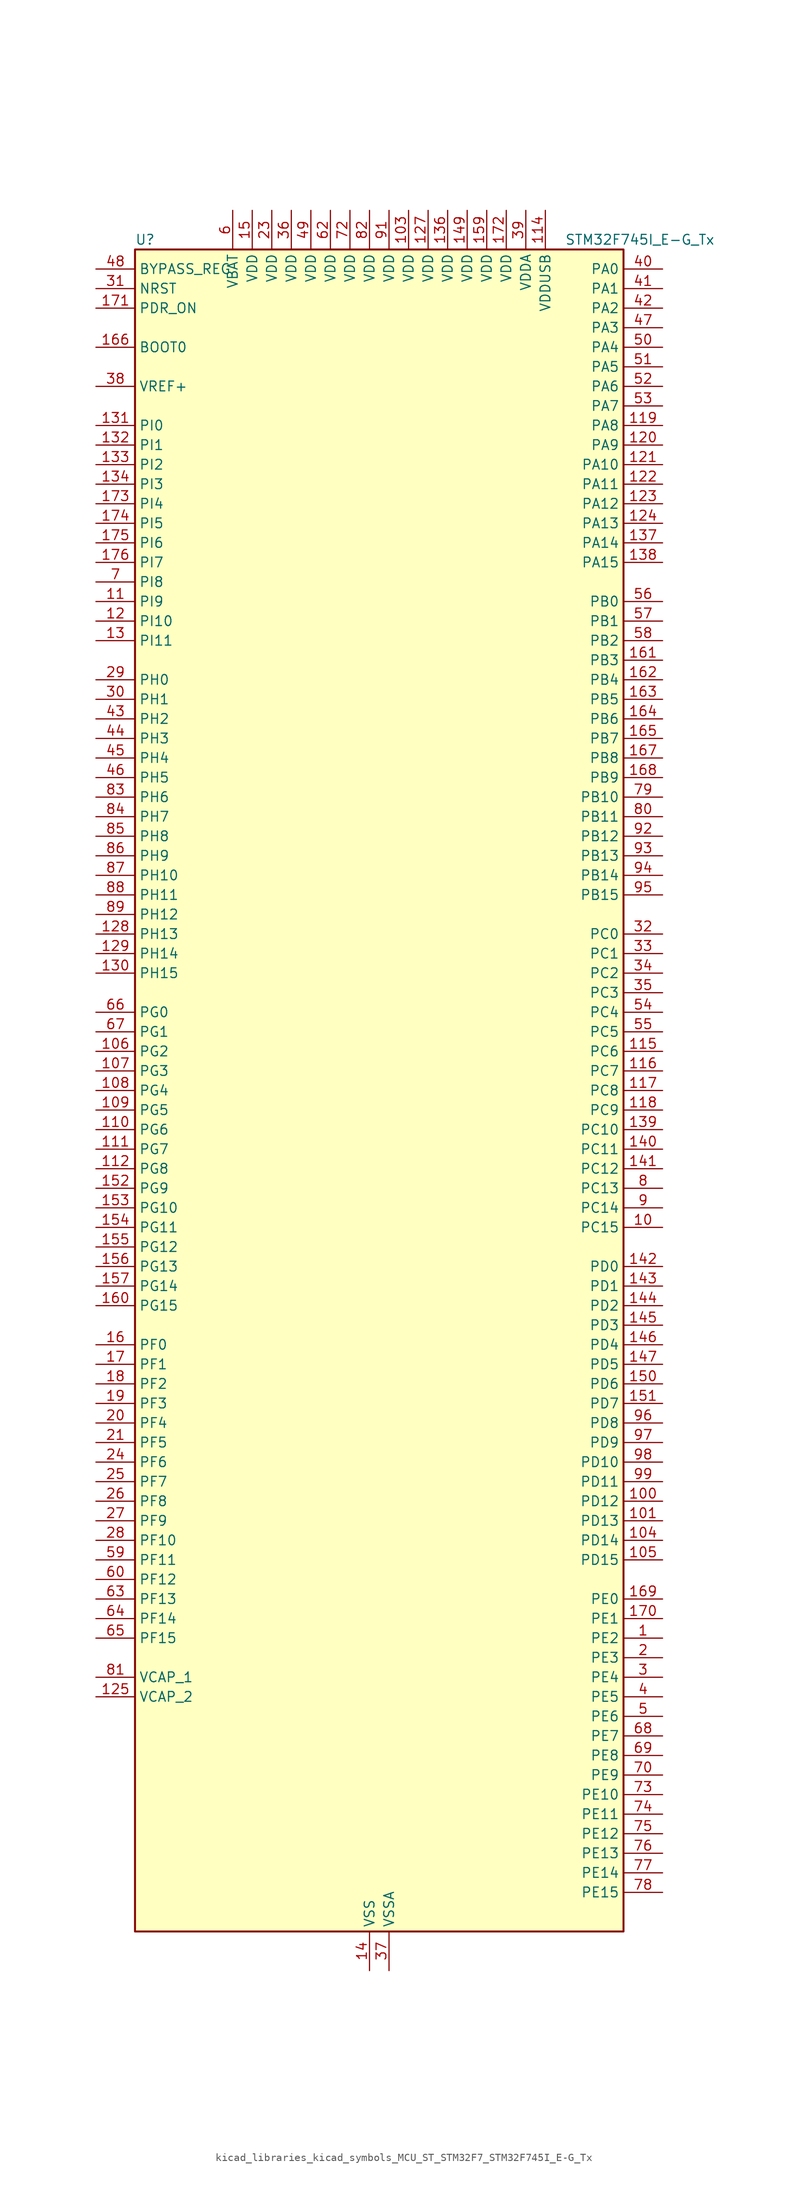
<source format=kicad_sym>
(kicad_symbol_lib
  (version 20220914)
  (generator kicad_symbol_editor)
  (symbol "kicad_libraries_kicad_symbols_MCU_ST_STM32F7_STM32F745I_E-G_Tx"
    (property "Reference" "U"
      (at -30.48 110.49 0)
      (effects (font (size 1.27 1.27)) (justify left)))
    (property "Value" "STM32F745I_E-G_Tx"
      (at 25.4 110.49 0)
      (effects (font (size 1.27 1.27)) (justify left)))
    (property "ki_locked" ""
      (at 0 0 0)
      (effects (font (size 1.27 1.27))))
    (symbol "kicad_libraries_kicad_symbols_MCU_ST_STM32F7_STM32F745I_E-G_Tx_0_1"
      (rectangle (start -30.48 -109.22) (end 33.02 109.22) (stroke (width 0.254) (type default)) (fill (type background))))
    (symbol "kicad_libraries_kicad_symbols_MCU_ST_STM32F7_STM32F745I_E-G_Tx_1_1"
      (pin bidirectional line (at 38.1 -71.12 180) (length 5.08) (name "PE2" (effects (font (size 1.27 1.27)))) (number "1" (effects (font (size 1.27 1.27)))) (alternate "ETH_TXD3" bidirectional line) (alternate "FMC_A23" bidirectional line) (alternate "QUADSPI_BK1_IO2" bidirectional line) (alternate "SAI1_MCLK_A" bidirectional line) (alternate "SPI4_SCK" bidirectional line) (alternate "SYS_TRACECLK" bidirectional line))
      (pin bidirectional line (at 38.1 -17.78 180) (length 5.08) (name "PC15" (effects (font (size 1.27 1.27)))) (number "10" (effects (font (size 1.27 1.27)))) (alternate "RCC_OSC32_OUT" bidirectional line))
      (pin bidirectional line (at 38.1 -53.34 180) (length 5.08) (name "PD12" (effects (font (size 1.27 1.27)))) (number "100" (effects (font (size 1.27 1.27)))) (alternate "FMC_A17" bidirectional line) (alternate "FMC_ALE" bidirectional line) (alternate "I2C4_SCL" bidirectional line) (alternate "LPTIM1_IN1" bidirectional line) (alternate "QUADSPI_BK1_IO1" bidirectional line) (alternate "SAI2_FS_A" bidirectional line) (alternate "TIM4_CH1" bidirectional line) (alternate "USART3_DE" bidirectional line) (alternate "USART3_RTS" bidirectional line))
      (pin bidirectional line (at 38.1 -55.88 180) (length 5.08) (name "PD13" (effects (font (size 1.27 1.27)))) (number "101" (effects (font (size 1.27 1.27)))) (alternate "FMC_A18" bidirectional line) (alternate "I2C4_SDA" bidirectional line) (alternate "LPTIM1_OUT" bidirectional line) (alternate "QUADSPI_BK1_IO3" bidirectional line) (alternate "SAI2_SCK_A" bidirectional line) (alternate "TIM4_CH2" bidirectional line))
      (pin passive line (at 0 -114.3 90) (length 5.08) hide (name "VSS" (effects (font (size 1.27 1.27)))) (number "102" (effects (font (size 1.27 1.27)))))
      (pin power_in line (at 5.08 114.3 270) (length 5.08) (name "VDD" (effects (font (size 1.27 1.27)))) (number "103" (effects (font (size 1.27 1.27)))))
      (pin bidirectional line (at 38.1 -58.42 180) (length 5.08) (name "PD14" (effects (font (size 1.27 1.27)))) (number "104" (effects (font (size 1.27 1.27)))) (alternate "FMC_D0" bidirectional line) (alternate "FMC_DA0" bidirectional line) (alternate "TIM4_CH3" bidirectional line) (alternate "UART8_CTS" bidirectional line))
      (pin bidirectional line (at 38.1 -60.96 180) (length 5.08) (name "PD15" (effects (font (size 1.27 1.27)))) (number "105" (effects (font (size 1.27 1.27)))) (alternate "FMC_D1" bidirectional line) (alternate "FMC_DA1" bidirectional line) (alternate "TIM4_CH4" bidirectional line) (alternate "UART8_DE" bidirectional line) (alternate "UART8_RTS" bidirectional line))
      (pin bidirectional line (at -35.56 5.08 0) (length 5.08) (name "PG2" (effects (font (size 1.27 1.27)))) (number "106" (effects (font (size 1.27 1.27)))) (alternate "FMC_A12" bidirectional line))
      (pin bidirectional line (at -35.56 2.54 0) (length 5.08) (name "PG3" (effects (font (size 1.27 1.27)))) (number "107" (effects (font (size 1.27 1.27)))) (alternate "FMC_A13" bidirectional line))
      (pin bidirectional line (at -35.56 0 0) (length 5.08) (name "PG4" (effects (font (size 1.27 1.27)))) (number "108" (effects (font (size 1.27 1.27)))) (alternate "FMC_A14" bidirectional line) (alternate "FMC_BA0" bidirectional line))
      (pin bidirectional line (at -35.56 -2.54 0) (length 5.08) (name "PG5" (effects (font (size 1.27 1.27)))) (number "109" (effects (font (size 1.27 1.27)))) (alternate "FMC_A15" bidirectional line) (alternate "FMC_BA1" bidirectional line))
      (pin bidirectional line (at -35.56 63.5 0) (length 5.08) (name "PI9" (effects (font (size 1.27 1.27)))) (number "11" (effects (font (size 1.27 1.27)))) (alternate "CAN1_RX" bidirectional line) (alternate "DAC_EXTI9" bidirectional line) (alternate "FMC_D30" bidirectional line))
      (pin bidirectional line (at -35.56 -5.08 0) (length 5.08) (name "PG6" (effects (font (size 1.27 1.27)))) (number "110" (effects (font (size 1.27 1.27)))) (alternate "DCMI_D12" bidirectional line))
      (pin bidirectional line (at -35.56 -7.62 0) (length 5.08) (name "PG7" (effects (font (size 1.27 1.27)))) (number "111" (effects (font (size 1.27 1.27)))) (alternate "DCMI_D13" bidirectional line) (alternate "FMC_INT" bidirectional line) (alternate "USART6_CK" bidirectional line))
      (pin bidirectional line (at -35.56 -10.16 0) (length 5.08) (name "PG8" (effects (font (size 1.27 1.27)))) (number "112" (effects (font (size 1.27 1.27)))) (alternate "ETH_PPS_OUT" bidirectional line) (alternate "FMC_SDCLK" bidirectional line) (alternate "SPDIFRX_IN2" bidirectional line) (alternate "SPI6_NSS" bidirectional line) (alternate "USART6_DE" bidirectional line) (alternate "USART6_RTS" bidirectional line))
      (pin passive line (at 0 -114.3 90) (length 5.08) hide (name "VSS" (effects (font (size 1.27 1.27)))) (number "113" (effects (font (size 1.27 1.27)))))
      (pin power_in line (at 22.86 114.3 270) (length 5.08) (name "VDDUSB" (effects (font (size 1.27 1.27)))) (number "114" (effects (font (size 1.27 1.27)))))
      (pin bidirectional line (at 38.1 5.08 180) (length 5.08) (name "PC6" (effects (font (size 1.27 1.27)))) (number "115" (effects (font (size 1.27 1.27)))) (alternate "DCMI_D0" bidirectional line) (alternate "I2S2_MCK" bidirectional line) (alternate "SDMMC1_D6" bidirectional line) (alternate "TIM3_CH1" bidirectional line) (alternate "TIM8_CH1" bidirectional line) (alternate "USART6_TX" bidirectional line))
      (pin bidirectional line (at 38.1 2.54 180) (length 5.08) (name "PC7" (effects (font (size 1.27 1.27)))) (number "116" (effects (font (size 1.27 1.27)))) (alternate "DCMI_D1" bidirectional line) (alternate "I2S3_MCK" bidirectional line) (alternate "SDMMC1_D7" bidirectional line) (alternate "TIM3_CH2" bidirectional line) (alternate "TIM8_CH2" bidirectional line) (alternate "USART6_RX" bidirectional line))
      (pin bidirectional line (at 38.1 0 180) (length 5.08) (name "PC8" (effects (font (size 1.27 1.27)))) (number "117" (effects (font (size 1.27 1.27)))) (alternate "DCMI_D2" bidirectional line) (alternate "SDMMC1_D0" bidirectional line) (alternate "SYS_TRACED1" bidirectional line) (alternate "TIM3_CH3" bidirectional line) (alternate "TIM8_CH3" bidirectional line) (alternate "UART5_DE" bidirectional line) (alternate "UART5_RTS" bidirectional line) (alternate "USART6_CK" bidirectional line))
      (pin bidirectional line (at 38.1 -2.54 180) (length 5.08) (name "PC9" (effects (font (size 1.27 1.27)))) (number "118" (effects (font (size 1.27 1.27)))) (alternate "DAC_EXTI9" bidirectional line) (alternate "DCMI_D3" bidirectional line) (alternate "I2C3_SDA" bidirectional line) (alternate "I2S_CKIN" bidirectional line) (alternate "QUADSPI_BK1_IO0" bidirectional line) (alternate "RCC_MCO_2" bidirectional line) (alternate "SDMMC1_D1" bidirectional line) (alternate "TIM3_CH4" bidirectional line) (alternate "TIM8_CH4" bidirectional line) (alternate "UART5_CTS" bidirectional line))
      (pin bidirectional line (at 38.1 86.36 180) (length 5.08) (name "PA8" (effects (font (size 1.27 1.27)))) (number "119" (effects (font (size 1.27 1.27)))) (alternate "I2C3_SCL" bidirectional line) (alternate "RCC_MCO_1" bidirectional line) (alternate "TIM1_CH1" bidirectional line) (alternate "TIM8_BKIN2" bidirectional line) (alternate "USART1_CK" bidirectional line) (alternate "USB_OTG_FS_SOF" bidirectional line))
      (pin bidirectional line (at -35.56 60.96 0) (length 5.08) (name "PI10" (effects (font (size 1.27 1.27)))) (number "12" (effects (font (size 1.27 1.27)))) (alternate "ETH_RX_ER" bidirectional line) (alternate "FMC_D31" bidirectional line))
      (pin bidirectional line (at 38.1 83.82 180) (length 5.08) (name "PA9" (effects (font (size 1.27 1.27)))) (number "120" (effects (font (size 1.27 1.27)))) (alternate "DAC_EXTI9" bidirectional line) (alternate "DCMI_D0" bidirectional line) (alternate "I2C3_SMBA" bidirectional line) (alternate "I2S2_CK" bidirectional line) (alternate "SPI2_SCK" bidirectional line) (alternate "TIM1_CH2" bidirectional line) (alternate "USART1_TX" bidirectional line) (alternate "USB_OTG_FS_VBUS" bidirectional line))
      (pin bidirectional line (at 38.1 81.28 180) (length 5.08) (name "PA10" (effects (font (size 1.27 1.27)))) (number "121" (effects (font (size 1.27 1.27)))) (alternate "DCMI_D1" bidirectional line) (alternate "TIM1_CH3" bidirectional line) (alternate "USART1_RX" bidirectional line) (alternate "USB_OTG_FS_ID" bidirectional line))
      (pin bidirectional line (at 38.1 78.74 180) (length 5.08) (name "PA11" (effects (font (size 1.27 1.27)))) (number "122" (effects (font (size 1.27 1.27)))) (alternate "ADC1_EXTI11" bidirectional line) (alternate "ADC2_EXTI11" bidirectional line) (alternate "ADC3_EXTI11" bidirectional line) (alternate "CAN1_RX" bidirectional line) (alternate "TIM1_CH4" bidirectional line) (alternate "USART1_CTS" bidirectional line) (alternate "USB_OTG_FS_DM" bidirectional line))
      (pin bidirectional line (at 38.1 76.2 180) (length 5.08) (name "PA12" (effects (font (size 1.27 1.27)))) (number "123" (effects (font (size 1.27 1.27)))) (alternate "CAN1_TX" bidirectional line) (alternate "SAI2_FS_B" bidirectional line) (alternate "TIM1_ETR" bidirectional line) (alternate "USART1_DE" bidirectional line) (alternate "USART1_RTS" bidirectional line) (alternate "USB_OTG_FS_DP" bidirectional line))
      (pin bidirectional line (at 38.1 73.66 180) (length 5.08) (name "PA13" (effects (font (size 1.27 1.27)))) (number "124" (effects (font (size 1.27 1.27)))) (alternate "SYS_JTMS-SWDIO" bidirectional line))
      (pin power_out line (at -35.56 -78.74 0) (length 5.08) (name "VCAP_2" (effects (font (size 1.27 1.27)))) (number "125" (effects (font (size 1.27 1.27)))))
      (pin passive line (at 0 -114.3 90) (length 5.08) hide (name "VSS" (effects (font (size 1.27 1.27)))) (number "126" (effects (font (size 1.27 1.27)))))
      (pin power_in line (at 7.62 114.3 270) (length 5.08) (name "VDD" (effects (font (size 1.27 1.27)))) (number "127" (effects (font (size 1.27 1.27)))))
      (pin bidirectional line (at -35.56 20.32 0) (length 5.08) (name "PH13" (effects (font (size 1.27 1.27)))) (number "128" (effects (font (size 1.27 1.27)))) (alternate "CAN1_TX" bidirectional line) (alternate "FMC_D21" bidirectional line) (alternate "TIM8_CH1N" bidirectional line))
      (pin bidirectional line (at -35.56 17.78 0) (length 5.08) (name "PH14" (effects (font (size 1.27 1.27)))) (number "129" (effects (font (size 1.27 1.27)))) (alternate "DCMI_D4" bidirectional line) (alternate "FMC_D22" bidirectional line) (alternate "TIM8_CH2N" bidirectional line))
      (pin bidirectional line (at -35.56 58.42 0) (length 5.08) (name "PI11" (effects (font (size 1.27 1.27)))) (number "13" (effects (font (size 1.27 1.27)))) (alternate "ADC1_EXTI11" bidirectional line) (alternate "ADC2_EXTI11" bidirectional line) (alternate "ADC3_EXTI11" bidirectional line) (alternate "SYS_WKUP6" bidirectional line) (alternate "USB_OTG_HS_ULPI_DIR" bidirectional line))
      (pin bidirectional line (at -35.56 15.24 0) (length 5.08) (name "PH15" (effects (font (size 1.27 1.27)))) (number "130" (effects (font (size 1.27 1.27)))) (alternate "DCMI_D11" bidirectional line) (alternate "FMC_D23" bidirectional line) (alternate "TIM8_CH3N" bidirectional line))
      (pin bidirectional line (at -35.56 86.36 0) (length 5.08) (name "PI0" (effects (font (size 1.27 1.27)))) (number "131" (effects (font (size 1.27 1.27)))) (alternate "DCMI_D13" bidirectional line) (alternate "FMC_D24" bidirectional line) (alternate "I2S2_WS" bidirectional line) (alternate "SPI2_NSS" bidirectional line) (alternate "TIM5_CH4" bidirectional line))
      (pin bidirectional line (at -35.56 83.82 0) (length 5.08) (name "PI1" (effects (font (size 1.27 1.27)))) (number "132" (effects (font (size 1.27 1.27)))) (alternate "DCMI_D8" bidirectional line) (alternate "FMC_D25" bidirectional line) (alternate "I2S2_CK" bidirectional line) (alternate "SPI2_SCK" bidirectional line) (alternate "TIM8_BKIN2" bidirectional line))
      (pin bidirectional line (at -35.56 81.28 0) (length 5.08) (name "PI2" (effects (font (size 1.27 1.27)))) (number "133" (effects (font (size 1.27 1.27)))) (alternate "DCMI_D9" bidirectional line) (alternate "FMC_D26" bidirectional line) (alternate "SPI2_MISO" bidirectional line) (alternate "TIM8_CH4" bidirectional line))
      (pin bidirectional line (at -35.56 78.74 0) (length 5.08) (name "PI3" (effects (font (size 1.27 1.27)))) (number "134" (effects (font (size 1.27 1.27)))) (alternate "DCMI_D10" bidirectional line) (alternate "FMC_D27" bidirectional line) (alternate "I2S2_SD" bidirectional line) (alternate "SPI2_MOSI" bidirectional line) (alternate "TIM8_ETR" bidirectional line))
      (pin passive line (at 0 -114.3 90) (length 5.08) hide (name "VSS" (effects (font (size 1.27 1.27)))) (number "135" (effects (font (size 1.27 1.27)))))
      (pin power_in line (at 10.16 114.3 270) (length 5.08) (name "VDD" (effects (font (size 1.27 1.27)))) (number "136" (effects (font (size 1.27 1.27)))))
      (pin bidirectional line (at 38.1 71.12 180) (length 5.08) (name "PA14" (effects (font (size 1.27 1.27)))) (number "137" (effects (font (size 1.27 1.27)))) (alternate "SYS_JTCK-SWCLK" bidirectional line))
      (pin bidirectional line (at 38.1 68.58 180) (length 5.08) (name "PA15" (effects (font (size 1.27 1.27)))) (number "138" (effects (font (size 1.27 1.27)))) (alternate "CEC" bidirectional line) (alternate "I2S1_WS" bidirectional line) (alternate "I2S3_WS" bidirectional line) (alternate "SPI1_NSS" bidirectional line) (alternate "SPI3_NSS" bidirectional line) (alternate "SYS_JTDI" bidirectional line) (alternate "TIM2_CH1" bidirectional line) (alternate "TIM2_ETR" bidirectional line) (alternate "UART4_DE" bidirectional line) (alternate "UART4_RTS" bidirectional line))
      (pin bidirectional line (at 38.1 -5.08 180) (length 5.08) (name "PC10" (effects (font (size 1.27 1.27)))) (number "139" (effects (font (size 1.27 1.27)))) (alternate "DCMI_D8" bidirectional line) (alternate "I2S3_CK" bidirectional line) (alternate "QUADSPI_BK1_IO1" bidirectional line) (alternate "SDMMC1_D2" bidirectional line) (alternate "SPI3_SCK" bidirectional line) (alternate "UART4_TX" bidirectional line) (alternate "USART3_TX" bidirectional line))
      (pin power_in line (at 0 -114.3 90) (length 5.08) (name "VSS" (effects (font (size 1.27 1.27)))) (number "14" (effects (font (size 1.27 1.27)))))
      (pin bidirectional line (at 38.1 -7.62 180) (length 5.08) (name "PC11" (effects (font (size 1.27 1.27)))) (number "140" (effects (font (size 1.27 1.27)))) (alternate "ADC1_EXTI11" bidirectional line) (alternate "ADC2_EXTI11" bidirectional line) (alternate "ADC3_EXTI11" bidirectional line) (alternate "DCMI_D4" bidirectional line) (alternate "QUADSPI_BK2_NCS" bidirectional line) (alternate "SDMMC1_D3" bidirectional line) (alternate "SPI3_MISO" bidirectional line) (alternate "UART4_RX" bidirectional line) (alternate "USART3_RX" bidirectional line))
      (pin bidirectional line (at 38.1 -10.16 180) (length 5.08) (name "PC12" (effects (font (size 1.27 1.27)))) (number "141" (effects (font (size 1.27 1.27)))) (alternate "DCMI_D9" bidirectional line) (alternate "I2S3_SD" bidirectional line) (alternate "SDMMC1_CK" bidirectional line) (alternate "SPI3_MOSI" bidirectional line) (alternate "SYS_TRACED3" bidirectional line) (alternate "UART5_TX" bidirectional line) (alternate "USART3_CK" bidirectional line))
      (pin bidirectional line (at 38.1 -22.86 180) (length 5.08) (name "PD0" (effects (font (size 1.27 1.27)))) (number "142" (effects (font (size 1.27 1.27)))) (alternate "CAN1_RX" bidirectional line) (alternate "FMC_D2" bidirectional line) (alternate "FMC_DA2" bidirectional line))
      (pin bidirectional line (at 38.1 -25.4 180) (length 5.08) (name "PD1" (effects (font (size 1.27 1.27)))) (number "143" (effects (font (size 1.27 1.27)))) (alternate "CAN1_TX" bidirectional line) (alternate "FMC_D3" bidirectional line) (alternate "FMC_DA3" bidirectional line))
      (pin bidirectional line (at 38.1 -27.94 180) (length 5.08) (name "PD2" (effects (font (size 1.27 1.27)))) (number "144" (effects (font (size 1.27 1.27)))) (alternate "DCMI_D11" bidirectional line) (alternate "SDMMC1_CMD" bidirectional line) (alternate "SYS_TRACED2" bidirectional line) (alternate "TIM3_ETR" bidirectional line) (alternate "UART5_RX" bidirectional line))
      (pin bidirectional line (at 38.1 -30.48 180) (length 5.08) (name "PD3" (effects (font (size 1.27 1.27)))) (number "145" (effects (font (size 1.27 1.27)))) (alternate "DCMI_D5" bidirectional line) (alternate "FMC_CLK" bidirectional line) (alternate "I2S2_CK" bidirectional line) (alternate "SPI2_SCK" bidirectional line) (alternate "USART2_CTS" bidirectional line))
      (pin bidirectional line (at 38.1 -33.02 180) (length 5.08) (name "PD4" (effects (font (size 1.27 1.27)))) (number "146" (effects (font (size 1.27 1.27)))) (alternate "FMC_NOE" bidirectional line) (alternate "USART2_DE" bidirectional line) (alternate "USART2_RTS" bidirectional line))
      (pin bidirectional line (at 38.1 -35.56 180) (length 5.08) (name "PD5" (effects (font (size 1.27 1.27)))) (number "147" (effects (font (size 1.27 1.27)))) (alternate "FMC_NWE" bidirectional line) (alternate "USART2_TX" bidirectional line))
      (pin passive line (at 0 -114.3 90) (length 5.08) hide (name "VSS" (effects (font (size 1.27 1.27)))) (number "148" (effects (font (size 1.27 1.27)))))
      (pin power_in line (at 12.7 114.3 270) (length 5.08) (name "VDD" (effects (font (size 1.27 1.27)))) (number "149" (effects (font (size 1.27 1.27)))))
      (pin power_in line (at -15.24 114.3 270) (length 5.08) (name "VDD" (effects (font (size 1.27 1.27)))) (number "15" (effects (font (size 1.27 1.27)))))
      (pin bidirectional line (at 38.1 -38.1 180) (length 5.08) (name "PD6" (effects (font (size 1.27 1.27)))) (number "150" (effects (font (size 1.27 1.27)))) (alternate "DCMI_D10" bidirectional line) (alternate "FMC_NWAIT" bidirectional line) (alternate "I2S3_SD" bidirectional line) (alternate "SAI1_SD_A" bidirectional line) (alternate "SPI3_MOSI" bidirectional line) (alternate "USART2_RX" bidirectional line))
      (pin bidirectional line (at 38.1 -40.64 180) (length 5.08) (name "PD7" (effects (font (size 1.27 1.27)))) (number "151" (effects (font (size 1.27 1.27)))) (alternate "FMC_NE1" bidirectional line) (alternate "SPDIFRX_IN0" bidirectional line) (alternate "USART2_CK" bidirectional line))
      (pin bidirectional line (at -35.56 -12.7 0) (length 5.08) (name "PG9" (effects (font (size 1.27 1.27)))) (number "152" (effects (font (size 1.27 1.27)))) (alternate "DAC_EXTI9" bidirectional line) (alternate "DCMI_VSYNC" bidirectional line) (alternate "FMC_NCE" bidirectional line) (alternate "FMC_NE2" bidirectional line) (alternate "QUADSPI_BK2_IO2" bidirectional line) (alternate "SAI2_FS_B" bidirectional line) (alternate "SPDIFRX_IN3" bidirectional line) (alternate "USART6_RX" bidirectional line))
      (pin bidirectional line (at -35.56 -15.24 0) (length 5.08) (name "PG10" (effects (font (size 1.27 1.27)))) (number "153" (effects (font (size 1.27 1.27)))) (alternate "DCMI_D2" bidirectional line) (alternate "FMC_NE3" bidirectional line) (alternate "SAI2_SD_B" bidirectional line))
      (pin bidirectional line (at -35.56 -17.78 0) (length 5.08) (name "PG11" (effects (font (size 1.27 1.27)))) (number "154" (effects (font (size 1.27 1.27)))) (alternate "ADC1_EXTI11" bidirectional line) (alternate "ADC2_EXTI11" bidirectional line) (alternate "ADC3_EXTI11" bidirectional line) (alternate "DCMI_D3" bidirectional line) (alternate "ETH_TX_EN" bidirectional line) (alternate "SPDIFRX_IN0" bidirectional line))
      (pin bidirectional line (at -35.56 -20.32 0) (length 5.08) (name "PG12" (effects (font (size 1.27 1.27)))) (number "155" (effects (font (size 1.27 1.27)))) (alternate "FMC_NE4" bidirectional line) (alternate "LPTIM1_IN1" bidirectional line) (alternate "SPDIFRX_IN1" bidirectional line) (alternate "SPI6_MISO" bidirectional line) (alternate "USART6_DE" bidirectional line) (alternate "USART6_RTS" bidirectional line))
      (pin bidirectional line (at -35.56 -22.86 0) (length 5.08) (name "PG13" (effects (font (size 1.27 1.27)))) (number "156" (effects (font (size 1.27 1.27)))) (alternate "ETH_TXD0" bidirectional line) (alternate "FMC_A24" bidirectional line) (alternate "LPTIM1_OUT" bidirectional line) (alternate "SPI6_SCK" bidirectional line) (alternate "SYS_TRACED0" bidirectional line) (alternate "USART6_CTS" bidirectional line))
      (pin bidirectional line (at -35.56 -25.4 0) (length 5.08) (name "PG14" (effects (font (size 1.27 1.27)))) (number "157" (effects (font (size 1.27 1.27)))) (alternate "ETH_TXD1" bidirectional line) (alternate "FMC_A25" bidirectional line) (alternate "LPTIM1_ETR" bidirectional line) (alternate "QUADSPI_BK2_IO3" bidirectional line) (alternate "SPI6_MOSI" bidirectional line) (alternate "SYS_TRACED1" bidirectional line) (alternate "USART6_TX" bidirectional line))
      (pin passive line (at 0 -114.3 90) (length 5.08) hide (name "VSS" (effects (font (size 1.27 1.27)))) (number "158" (effects (font (size 1.27 1.27)))))
      (pin power_in line (at 15.24 114.3 270) (length 5.08) (name "VDD" (effects (font (size 1.27 1.27)))) (number "159" (effects (font (size 1.27 1.27)))))
      (pin bidirectional line (at -35.56 -33.02 0) (length 5.08) (name "PF0" (effects (font (size 1.27 1.27)))) (number "16" (effects (font (size 1.27 1.27)))) (alternate "FMC_A0" bidirectional line) (alternate "I2C2_SDA" bidirectional line))
      (pin bidirectional line (at -35.56 -27.94 0) (length 5.08) (name "PG15" (effects (font (size 1.27 1.27)))) (number "160" (effects (font (size 1.27 1.27)))) (alternate "DCMI_D13" bidirectional line) (alternate "FMC_SDNCAS" bidirectional line) (alternate "USART6_CTS" bidirectional line))
      (pin bidirectional line (at 38.1 55.88 180) (length 5.08) (name "PB3" (effects (font (size 1.27 1.27)))) (number "161" (effects (font (size 1.27 1.27)))) (alternate "I2S1_CK" bidirectional line) (alternate "I2S3_CK" bidirectional line) (alternate "SPI1_SCK" bidirectional line) (alternate "SPI3_SCK" bidirectional line) (alternate "SYS_JTDO-SWO" bidirectional line) (alternate "TIM2_CH2" bidirectional line))
      (pin bidirectional line (at 38.1 53.34 180) (length 5.08) (name "PB4" (effects (font (size 1.27 1.27)))) (number "162" (effects (font (size 1.27 1.27)))) (alternate "I2S2_WS" bidirectional line) (alternate "SPI1_MISO" bidirectional line) (alternate "SPI2_NSS" bidirectional line) (alternate "SPI3_MISO" bidirectional line) (alternate "SYS_JTRST" bidirectional line) (alternate "TIM3_CH1" bidirectional line))
      (pin bidirectional line (at 38.1 50.8 180) (length 5.08) (name "PB5" (effects (font (size 1.27 1.27)))) (number "163" (effects (font (size 1.27 1.27)))) (alternate "CAN2_RX" bidirectional line) (alternate "DCMI_D10" bidirectional line) (alternate "ETH_PPS_OUT" bidirectional line) (alternate "FMC_SDCKE1" bidirectional line) (alternate "I2C1_SMBA" bidirectional line) (alternate "I2S1_SD" bidirectional line) (alternate "I2S3_SD" bidirectional line) (alternate "SPI1_MOSI" bidirectional line) (alternate "SPI3_MOSI" bidirectional line) (alternate "TIM3_CH2" bidirectional line) (alternate "USB_OTG_HS_ULPI_D7" bidirectional line))
      (pin bidirectional line (at 38.1 48.26 180) (length 5.08) (name "PB6" (effects (font (size 1.27 1.27)))) (number "164" (effects (font (size 1.27 1.27)))) (alternate "CAN2_TX" bidirectional line) (alternate "CEC" bidirectional line) (alternate "DCMI_D5" bidirectional line) (alternate "FMC_SDNE1" bidirectional line) (alternate "I2C1_SCL" bidirectional line) (alternate "QUADSPI_BK1_NCS" bidirectional line) (alternate "TIM4_CH1" bidirectional line) (alternate "USART1_TX" bidirectional line))
      (pin bidirectional line (at 38.1 45.72 180) (length 5.08) (name "PB7" (effects (font (size 1.27 1.27)))) (number "165" (effects (font (size 1.27 1.27)))) (alternate "DCMI_VSYNC" bidirectional line) (alternate "FMC_NL" bidirectional line) (alternate "I2C1_SDA" bidirectional line) (alternate "TIM4_CH2" bidirectional line) (alternate "USART1_RX" bidirectional line))
      (pin input line (at -35.56 96.52 0) (length 5.08) (name "BOOT0" (effects (font (size 1.27 1.27)))) (number "166" (effects (font (size 1.27 1.27)))))
      (pin bidirectional line (at 38.1 43.18 180) (length 5.08) (name "PB8" (effects (font (size 1.27 1.27)))) (number "167" (effects (font (size 1.27 1.27)))) (alternate "CAN1_RX" bidirectional line) (alternate "DCMI_D6" bidirectional line) (alternate "ETH_TXD3" bidirectional line) (alternate "I2C1_SCL" bidirectional line) (alternate "SDMMC1_D4" bidirectional line) (alternate "TIM10_CH1" bidirectional line) (alternate "TIM4_CH3" bidirectional line))
      (pin bidirectional line (at 38.1 40.64 180) (length 5.08) (name "PB9" (effects (font (size 1.27 1.27)))) (number "168" (effects (font (size 1.27 1.27)))) (alternate "CAN1_TX" bidirectional line) (alternate "DAC_EXTI9" bidirectional line) (alternate "DCMI_D7" bidirectional line) (alternate "I2C1_SDA" bidirectional line) (alternate "I2S2_WS" bidirectional line) (alternate "SDMMC1_D5" bidirectional line) (alternate "SPI2_NSS" bidirectional line) (alternate "TIM11_CH1" bidirectional line) (alternate "TIM4_CH4" bidirectional line))
      (pin bidirectional line (at 38.1 -66.04 180) (length 5.08) (name "PE0" (effects (font (size 1.27 1.27)))) (number "169" (effects (font (size 1.27 1.27)))) (alternate "DCMI_D2" bidirectional line) (alternate "FMC_NBL0" bidirectional line) (alternate "LPTIM1_ETR" bidirectional line) (alternate "SAI2_MCLK_A" bidirectional line) (alternate "TIM4_ETR" bidirectional line) (alternate "UART8_RX" bidirectional line))
      (pin bidirectional line (at -35.56 -35.56 0) (length 5.08) (name "PF1" (effects (font (size 1.27 1.27)))) (number "17" (effects (font (size 1.27 1.27)))) (alternate "FMC_A1" bidirectional line) (alternate "I2C2_SCL" bidirectional line))
      (pin bidirectional line (at 38.1 -68.58 180) (length 5.08) (name "PE1" (effects (font (size 1.27 1.27)))) (number "170" (effects (font (size 1.27 1.27)))) (alternate "DCMI_D3" bidirectional line) (alternate "FMC_NBL1" bidirectional line) (alternate "LPTIM1_IN2" bidirectional line) (alternate "UART8_TX" bidirectional line))
      (pin input line (at -35.56 101.6 0) (length 5.08) (name "PDR_ON" (effects (font (size 1.27 1.27)))) (number "171" (effects (font (size 1.27 1.27)))))
      (pin power_in line (at 17.78 114.3 270) (length 5.08) (name "VDD" (effects (font (size 1.27 1.27)))) (number "172" (effects (font (size 1.27 1.27)))))
      (pin bidirectional line (at -35.56 76.2 0) (length 5.08) (name "PI4" (effects (font (size 1.27 1.27)))) (number "173" (effects (font (size 1.27 1.27)))) (alternate "DCMI_D5" bidirectional line) (alternate "FMC_NBL2" bidirectional line) (alternate "SAI2_MCLK_A" bidirectional line) (alternate "TIM8_BKIN" bidirectional line))
      (pin bidirectional line (at -35.56 73.66 0) (length 5.08) (name "PI5" (effects (font (size 1.27 1.27)))) (number "174" (effects (font (size 1.27 1.27)))) (alternate "DCMI_VSYNC" bidirectional line) (alternate "FMC_NBL3" bidirectional line) (alternate "SAI2_SCK_A" bidirectional line) (alternate "TIM8_CH1" bidirectional line))
      (pin bidirectional line (at -35.56 71.12 0) (length 5.08) (name "PI6" (effects (font (size 1.27 1.27)))) (number "175" (effects (font (size 1.27 1.27)))) (alternate "DCMI_D6" bidirectional line) (alternate "FMC_D28" bidirectional line) (alternate "SAI2_SD_A" bidirectional line) (alternate "TIM8_CH2" bidirectional line))
      (pin bidirectional line (at -35.56 68.58 0) (length 5.08) (name "PI7" (effects (font (size 1.27 1.27)))) (number "176" (effects (font (size 1.27 1.27)))) (alternate "DCMI_D7" bidirectional line) (alternate "FMC_D29" bidirectional line) (alternate "SAI2_FS_A" bidirectional line) (alternate "TIM8_CH3" bidirectional line))
      (pin bidirectional line (at -35.56 -38.1 0) (length 5.08) (name "PF2" (effects (font (size 1.27 1.27)))) (number "18" (effects (font (size 1.27 1.27)))) (alternate "FMC_A2" bidirectional line) (alternate "I2C2_SMBA" bidirectional line))
      (pin bidirectional line (at -35.56 -40.64 0) (length 5.08) (name "PF3" (effects (font (size 1.27 1.27)))) (number "19" (effects (font (size 1.27 1.27)))) (alternate "ADC3_IN9" bidirectional line) (alternate "FMC_A3" bidirectional line))
      (pin bidirectional line (at 38.1 -73.66 180) (length 5.08) (name "PE3" (effects (font (size 1.27 1.27)))) (number "2" (effects (font (size 1.27 1.27)))) (alternate "FMC_A19" bidirectional line) (alternate "SAI1_SD_B" bidirectional line) (alternate "SYS_TRACED0" bidirectional line))
      (pin bidirectional line (at -35.56 -43.18 0) (length 5.08) (name "PF4" (effects (font (size 1.27 1.27)))) (number "20" (effects (font (size 1.27 1.27)))) (alternate "ADC3_IN14" bidirectional line) (alternate "FMC_A4" bidirectional line))
      (pin bidirectional line (at -35.56 -45.72 0) (length 5.08) (name "PF5" (effects (font (size 1.27 1.27)))) (number "21" (effects (font (size 1.27 1.27)))) (alternate "ADC3_IN15" bidirectional line) (alternate "FMC_A5" bidirectional line))
      (pin passive line (at 0 -114.3 90) (length 5.08) hide (name "VSS" (effects (font (size 1.27 1.27)))) (number "22" (effects (font (size 1.27 1.27)))))
      (pin power_in line (at -12.7 114.3 270) (length 5.08) (name "VDD" (effects (font (size 1.27 1.27)))) (number "23" (effects (font (size 1.27 1.27)))))
      (pin bidirectional line (at -35.56 -48.26 0) (length 5.08) (name "PF6" (effects (font (size 1.27 1.27)))) (number "24" (effects (font (size 1.27 1.27)))) (alternate "ADC3_IN4" bidirectional line) (alternate "QUADSPI_BK1_IO3" bidirectional line) (alternate "SAI1_SD_B" bidirectional line) (alternate "SPI5_NSS" bidirectional line) (alternate "TIM10_CH1" bidirectional line) (alternate "UART7_RX" bidirectional line))
      (pin bidirectional line (at -35.56 -50.8 0) (length 5.08) (name "PF7" (effects (font (size 1.27 1.27)))) (number "25" (effects (font (size 1.27 1.27)))) (alternate "ADC3_IN5" bidirectional line) (alternate "QUADSPI_BK1_IO2" bidirectional line) (alternate "SAI1_MCLK_B" bidirectional line) (alternate "SPI5_SCK" bidirectional line) (alternate "TIM11_CH1" bidirectional line) (alternate "UART7_TX" bidirectional line))
      (pin bidirectional line (at -35.56 -53.34 0) (length 5.08) (name "PF8" (effects (font (size 1.27 1.27)))) (number "26" (effects (font (size 1.27 1.27)))) (alternate "ADC3_IN6" bidirectional line) (alternate "QUADSPI_BK1_IO0" bidirectional line) (alternate "SAI1_SCK_B" bidirectional line) (alternate "SPI5_MISO" bidirectional line) (alternate "TIM13_CH1" bidirectional line) (alternate "UART7_DE" bidirectional line) (alternate "UART7_RTS" bidirectional line))
      (pin bidirectional line (at -35.56 -55.88 0) (length 5.08) (name "PF9" (effects (font (size 1.27 1.27)))) (number "27" (effects (font (size 1.27 1.27)))) (alternate "ADC3_IN7" bidirectional line) (alternate "DAC_EXTI9" bidirectional line) (alternate "QUADSPI_BK1_IO1" bidirectional line) (alternate "SAI1_FS_B" bidirectional line) (alternate "SPI5_MOSI" bidirectional line) (alternate "TIM14_CH1" bidirectional line) (alternate "UART7_CTS" bidirectional line))
      (pin bidirectional line (at -35.56 -58.42 0) (length 5.08) (name "PF10" (effects (font (size 1.27 1.27)))) (number "28" (effects (font (size 1.27 1.27)))) (alternate "ADC3_IN8" bidirectional line) (alternate "DCMI_D11" bidirectional line))
      (pin bidirectional line (at -35.56 53.34 0) (length 5.08) (name "PH0" (effects (font (size 1.27 1.27)))) (number "29" (effects (font (size 1.27 1.27)))) (alternate "RCC_OSC_IN" bidirectional line))
      (pin bidirectional line (at 38.1 -76.2 180) (length 5.08) (name "PE4" (effects (font (size 1.27 1.27)))) (number "3" (effects (font (size 1.27 1.27)))) (alternate "DCMI_D4" bidirectional line) (alternate "FMC_A20" bidirectional line) (alternate "SAI1_FS_A" bidirectional line) (alternate "SPI4_NSS" bidirectional line) (alternate "SYS_TRACED1" bidirectional line))
      (pin bidirectional line (at -35.56 50.8 0) (length 5.08) (name "PH1" (effects (font (size 1.27 1.27)))) (number "30" (effects (font (size 1.27 1.27)))) (alternate "RCC_OSC_OUT" bidirectional line))
      (pin input line (at -35.56 104.14 0) (length 5.08) (name "NRST" (effects (font (size 1.27 1.27)))) (number "31" (effects (font (size 1.27 1.27)))))
      (pin bidirectional line (at 38.1 20.32 180) (length 5.08) (name "PC0" (effects (font (size 1.27 1.27)))) (number "32" (effects (font (size 1.27 1.27)))) (alternate "ADC1_IN10" bidirectional line) (alternate "ADC2_IN10" bidirectional line) (alternate "ADC3_IN10" bidirectional line) (alternate "FMC_SDNWE" bidirectional line) (alternate "SAI2_FS_B" bidirectional line) (alternate "USB_OTG_HS_ULPI_STP" bidirectional line))
      (pin bidirectional line (at 38.1 17.78 180) (length 5.08) (name "PC1" (effects (font (size 1.27 1.27)))) (number "33" (effects (font (size 1.27 1.27)))) (alternate "ADC1_IN11" bidirectional line) (alternate "ADC2_IN11" bidirectional line) (alternate "ADC3_IN11" bidirectional line) (alternate "ETH_MDC" bidirectional line) (alternate "I2S2_SD" bidirectional line) (alternate "RTC_TAMP3" bidirectional line) (alternate "RTC_TS" bidirectional line) (alternate "SAI1_SD_A" bidirectional line) (alternate "SPI2_MOSI" bidirectional line) (alternate "SYS_TRACED0" bidirectional line) (alternate "SYS_WKUP3" bidirectional line))
      (pin bidirectional line (at 38.1 15.24 180) (length 5.08) (name "PC2" (effects (font (size 1.27 1.27)))) (number "34" (effects (font (size 1.27 1.27)))) (alternate "ADC1_IN12" bidirectional line) (alternate "ADC2_IN12" bidirectional line) (alternate "ADC3_IN12" bidirectional line) (alternate "ETH_TXD2" bidirectional line) (alternate "FMC_SDNE0" bidirectional line) (alternate "SPI2_MISO" bidirectional line) (alternate "USB_OTG_HS_ULPI_DIR" bidirectional line))
      (pin bidirectional line (at 38.1 12.7 180) (length 5.08) (name "PC3" (effects (font (size 1.27 1.27)))) (number "35" (effects (font (size 1.27 1.27)))) (alternate "ADC1_IN13" bidirectional line) (alternate "ADC2_IN13" bidirectional line) (alternate "ADC3_IN13" bidirectional line) (alternate "ETH_TX_CLK" bidirectional line) (alternate "FMC_SDCKE0" bidirectional line) (alternate "I2S2_SD" bidirectional line) (alternate "SPI2_MOSI" bidirectional line) (alternate "USB_OTG_HS_ULPI_NXT" bidirectional line))
      (pin power_in line (at -10.16 114.3 270) (length 5.08) (name "VDD" (effects (font (size 1.27 1.27)))) (number "36" (effects (font (size 1.27 1.27)))))
      (pin power_in line (at 2.54 -114.3 90) (length 5.08) (name "VSSA" (effects (font (size 1.27 1.27)))) (number "37" (effects (font (size 1.27 1.27)))))
      (pin input line (at -35.56 91.44 0) (length 5.08) (name "VREF+" (effects (font (size 1.27 1.27)))) (number "38" (effects (font (size 1.27 1.27)))))
      (pin power_in line (at 20.32 114.3 270) (length 5.08) (name "VDDA" (effects (font (size 1.27 1.27)))) (number "39" (effects (font (size 1.27 1.27)))))
      (pin bidirectional line (at 38.1 -78.74 180) (length 5.08) (name "PE5" (effects (font (size 1.27 1.27)))) (number "4" (effects (font (size 1.27 1.27)))) (alternate "DCMI_D6" bidirectional line) (alternate "FMC_A21" bidirectional line) (alternate "SAI1_SCK_A" bidirectional line) (alternate "SPI4_MISO" bidirectional line) (alternate "SYS_TRACED2" bidirectional line) (alternate "TIM9_CH1" bidirectional line))
      (pin bidirectional line (at 38.1 106.68 180) (length 5.08) (name "PA0" (effects (font (size 1.27 1.27)))) (number "40" (effects (font (size 1.27 1.27)))) (alternate "ADC1_IN0" bidirectional line) (alternate "ADC2_IN0" bidirectional line) (alternate "ADC3_IN0" bidirectional line) (alternate "ETH_CRS" bidirectional line) (alternate "SAI2_SD_B" bidirectional line) (alternate "SYS_WKUP1" bidirectional line) (alternate "TIM2_CH1" bidirectional line) (alternate "TIM2_ETR" bidirectional line) (alternate "TIM5_CH1" bidirectional line) (alternate "TIM8_ETR" bidirectional line) (alternate "UART4_TX" bidirectional line) (alternate "USART2_CTS" bidirectional line))
      (pin bidirectional line (at 38.1 104.14 180) (length 5.08) (name "PA1" (effects (font (size 1.27 1.27)))) (number "41" (effects (font (size 1.27 1.27)))) (alternate "ADC1_IN1" bidirectional line) (alternate "ADC2_IN1" bidirectional line) (alternate "ADC3_IN1" bidirectional line) (alternate "ETH_REF_CLK" bidirectional line) (alternate "ETH_RX_CLK" bidirectional line) (alternate "QUADSPI_BK1_IO3" bidirectional line) (alternate "SAI2_MCLK_B" bidirectional line) (alternate "TIM2_CH2" bidirectional line) (alternate "TIM5_CH2" bidirectional line) (alternate "UART4_RX" bidirectional line) (alternate "USART2_DE" bidirectional line) (alternate "USART2_RTS" bidirectional line))
      (pin bidirectional line (at 38.1 101.6 180) (length 5.08) (name "PA2" (effects (font (size 1.27 1.27)))) (number "42" (effects (font (size 1.27 1.27)))) (alternate "ADC1_IN2" bidirectional line) (alternate "ADC2_IN2" bidirectional line) (alternate "ADC3_IN2" bidirectional line) (alternate "ETH_MDIO" bidirectional line) (alternate "SAI2_SCK_B" bidirectional line) (alternate "SYS_WKUP2" bidirectional line) (alternate "TIM2_CH3" bidirectional line) (alternate "TIM5_CH3" bidirectional line) (alternate "TIM9_CH1" bidirectional line) (alternate "USART2_TX" bidirectional line))
      (pin bidirectional line (at -35.56 48.26 0) (length 5.08) (name "PH2" (effects (font (size 1.27 1.27)))) (number "43" (effects (font (size 1.27 1.27)))) (alternate "ETH_CRS" bidirectional line) (alternate "FMC_SDCKE0" bidirectional line) (alternate "LPTIM1_IN2" bidirectional line) (alternate "QUADSPI_BK2_IO0" bidirectional line) (alternate "SAI2_SCK_B" bidirectional line))
      (pin bidirectional line (at -35.56 45.72 0) (length 5.08) (name "PH3" (effects (font (size 1.27 1.27)))) (number "44" (effects (font (size 1.27 1.27)))) (alternate "ETH_COL" bidirectional line) (alternate "FMC_SDNE0" bidirectional line) (alternate "QUADSPI_BK2_IO1" bidirectional line) (alternate "SAI2_MCLK_B" bidirectional line))
      (pin bidirectional line (at -35.56 43.18 0) (length 5.08) (name "PH4" (effects (font (size 1.27 1.27)))) (number "45" (effects (font (size 1.27 1.27)))) (alternate "I2C2_SCL" bidirectional line) (alternate "USB_OTG_HS_ULPI_NXT" bidirectional line))
      (pin bidirectional line (at -35.56 40.64 0) (length 5.08) (name "PH5" (effects (font (size 1.27 1.27)))) (number "46" (effects (font (size 1.27 1.27)))) (alternate "FMC_SDNWE" bidirectional line) (alternate "I2C2_SDA" bidirectional line) (alternate "SPI5_NSS" bidirectional line))
      (pin bidirectional line (at 38.1 99.06 180) (length 5.08) (name "PA3" (effects (font (size 1.27 1.27)))) (number "47" (effects (font (size 1.27 1.27)))) (alternate "ADC1_IN3" bidirectional line) (alternate "ADC2_IN3" bidirectional line) (alternate "ADC3_IN3" bidirectional line) (alternate "ETH_COL" bidirectional line) (alternate "TIM2_CH4" bidirectional line) (alternate "TIM5_CH4" bidirectional line) (alternate "TIM9_CH2" bidirectional line) (alternate "USART2_RX" bidirectional line) (alternate "USB_OTG_HS_ULPI_D0" bidirectional line))
      (pin input line (at -35.56 106.68 0) (length 5.08) (name "BYPASS_REG" (effects (font (size 1.27 1.27)))) (number "48" (effects (font (size 1.27 1.27)))))
      (pin power_in line (at -7.62 114.3 270) (length 5.08) (name "VDD" (effects (font (size 1.27 1.27)))) (number "49" (effects (font (size 1.27 1.27)))))
      (pin bidirectional line (at 38.1 -81.28 180) (length 5.08) (name "PE6" (effects (font (size 1.27 1.27)))) (number "5" (effects (font (size 1.27 1.27)))) (alternate "DCMI_D7" bidirectional line) (alternate "FMC_A22" bidirectional line) (alternate "SAI1_SD_A" bidirectional line) (alternate "SAI2_MCLK_B" bidirectional line) (alternate "SPI4_MOSI" bidirectional line) (alternate "SYS_TRACED3" bidirectional line) (alternate "TIM1_BKIN2" bidirectional line) (alternate "TIM9_CH2" bidirectional line))
      (pin bidirectional line (at 38.1 96.52 180) (length 5.08) (name "PA4" (effects (font (size 1.27 1.27)))) (number "50" (effects (font (size 1.27 1.27)))) (alternate "ADC1_IN4" bidirectional line) (alternate "ADC2_IN4" bidirectional line) (alternate "DAC_OUT1" bidirectional line) (alternate "DCMI_HSYNC" bidirectional line) (alternate "I2S1_WS" bidirectional line) (alternate "I2S3_WS" bidirectional line) (alternate "SPI1_NSS" bidirectional line) (alternate "SPI3_NSS" bidirectional line) (alternate "USART2_CK" bidirectional line) (alternate "USB_OTG_HS_SOF" bidirectional line))
      (pin bidirectional line (at 38.1 93.98 180) (length 5.08) (name "PA5" (effects (font (size 1.27 1.27)))) (number "51" (effects (font (size 1.27 1.27)))) (alternate "ADC1_IN5" bidirectional line) (alternate "ADC2_IN5" bidirectional line) (alternate "DAC_OUT2" bidirectional line) (alternate "I2S1_CK" bidirectional line) (alternate "SPI1_SCK" bidirectional line) (alternate "TIM2_CH1" bidirectional line) (alternate "TIM2_ETR" bidirectional line) (alternate "TIM8_CH1N" bidirectional line) (alternate "USB_OTG_HS_ULPI_CK" bidirectional line))
      (pin bidirectional line (at 38.1 91.44 180) (length 5.08) (name "PA6" (effects (font (size 1.27 1.27)))) (number "52" (effects (font (size 1.27 1.27)))) (alternate "ADC1_IN6" bidirectional line) (alternate "ADC2_IN6" bidirectional line) (alternate "DCMI_PIXCLK" bidirectional line) (alternate "SPI1_MISO" bidirectional line) (alternate "TIM13_CH1" bidirectional line) (alternate "TIM1_BKIN" bidirectional line) (alternate "TIM3_CH1" bidirectional line) (alternate "TIM8_BKIN" bidirectional line))
      (pin bidirectional line (at 38.1 88.9 180) (length 5.08) (name "PA7" (effects (font (size 1.27 1.27)))) (number "53" (effects (font (size 1.27 1.27)))) (alternate "ADC1_IN7" bidirectional line) (alternate "ADC2_IN7" bidirectional line) (alternate "ETH_CRS_DV" bidirectional line) (alternate "ETH_RX_DV" bidirectional line) (alternate "FMC_SDNWE" bidirectional line) (alternate "I2S1_SD" bidirectional line) (alternate "SPI1_MOSI" bidirectional line) (alternate "TIM14_CH1" bidirectional line) (alternate "TIM1_CH1N" bidirectional line) (alternate "TIM3_CH2" bidirectional line) (alternate "TIM8_CH1N" bidirectional line))
      (pin bidirectional line (at 38.1 10.16 180) (length 5.08) (name "PC4" (effects (font (size 1.27 1.27)))) (number "54" (effects (font (size 1.27 1.27)))) (alternate "ADC1_IN14" bidirectional line) (alternate "ADC2_IN14" bidirectional line) (alternate "ETH_RXD0" bidirectional line) (alternate "FMC_SDNE0" bidirectional line) (alternate "I2S1_MCK" bidirectional line) (alternate "SPDIFRX_IN2" bidirectional line))
      (pin bidirectional line (at 38.1 7.62 180) (length 5.08) (name "PC5" (effects (font (size 1.27 1.27)))) (number "55" (effects (font (size 1.27 1.27)))) (alternate "ADC1_IN15" bidirectional line) (alternate "ADC2_IN15" bidirectional line) (alternate "ETH_RXD1" bidirectional line) (alternate "FMC_SDCKE0" bidirectional line) (alternate "SPDIFRX_IN3" bidirectional line))
      (pin bidirectional line (at 38.1 63.5 180) (length 5.08) (name "PB0" (effects (font (size 1.27 1.27)))) (number "56" (effects (font (size 1.27 1.27)))) (alternate "ADC1_IN8" bidirectional line) (alternate "ADC2_IN8" bidirectional line) (alternate "ETH_RXD2" bidirectional line) (alternate "TIM1_CH2N" bidirectional line) (alternate "TIM3_CH3" bidirectional line) (alternate "TIM8_CH2N" bidirectional line) (alternate "UART4_CTS" bidirectional line) (alternate "USB_OTG_HS_ULPI_D1" bidirectional line))
      (pin bidirectional line (at 38.1 60.96 180) (length 5.08) (name "PB1" (effects (font (size 1.27 1.27)))) (number "57" (effects (font (size 1.27 1.27)))) (alternate "ADC1_IN9" bidirectional line) (alternate "ADC2_IN9" bidirectional line) (alternate "ETH_RXD3" bidirectional line) (alternate "TIM1_CH3N" bidirectional line) (alternate "TIM3_CH4" bidirectional line) (alternate "TIM8_CH3N" bidirectional line) (alternate "USB_OTG_HS_ULPI_D2" bidirectional line))
      (pin bidirectional line (at 38.1 58.42 180) (length 5.08) (name "PB2" (effects (font (size 1.27 1.27)))) (number "58" (effects (font (size 1.27 1.27)))) (alternate "I2S3_SD" bidirectional line) (alternate "QUADSPI_CLK" bidirectional line) (alternate "SAI1_SD_A" bidirectional line) (alternate "SPI3_MOSI" bidirectional line))
      (pin bidirectional line (at -35.56 -60.96 0) (length 5.08) (name "PF11" (effects (font (size 1.27 1.27)))) (number "59" (effects (font (size 1.27 1.27)))) (alternate "ADC1_EXTI11" bidirectional line) (alternate "ADC2_EXTI11" bidirectional line) (alternate "ADC3_EXTI11" bidirectional line) (alternate "DCMI_D12" bidirectional line) (alternate "FMC_SDNRAS" bidirectional line) (alternate "SAI2_SD_B" bidirectional line) (alternate "SPI5_MOSI" bidirectional line))
      (pin power_in line (at -17.78 114.3 270) (length 5.08) (name "VBAT" (effects (font (size 1.27 1.27)))) (number "6" (effects (font (size 1.27 1.27)))))
      (pin bidirectional line (at -35.56 -63.5 0) (length 5.08) (name "PF12" (effects (font (size 1.27 1.27)))) (number "60" (effects (font (size 1.27 1.27)))) (alternate "FMC_A6" bidirectional line))
      (pin passive line (at 0 -114.3 90) (length 5.08) hide (name "VSS" (effects (font (size 1.27 1.27)))) (number "61" (effects (font (size 1.27 1.27)))))
      (pin power_in line (at -5.08 114.3 270) (length 5.08) (name "VDD" (effects (font (size 1.27 1.27)))) (number "62" (effects (font (size 1.27 1.27)))))
      (pin bidirectional line (at -35.56 -66.04 0) (length 5.08) (name "PF13" (effects (font (size 1.27 1.27)))) (number "63" (effects (font (size 1.27 1.27)))) (alternate "FMC_A7" bidirectional line) (alternate "I2C4_SMBA" bidirectional line))
      (pin bidirectional line (at -35.56 -68.58 0) (length 5.08) (name "PF14" (effects (font (size 1.27 1.27)))) (number "64" (effects (font (size 1.27 1.27)))) (alternate "FMC_A8" bidirectional line) (alternate "I2C4_SCL" bidirectional line))
      (pin bidirectional line (at -35.56 -71.12 0) (length 5.08) (name "PF15" (effects (font (size 1.27 1.27)))) (number "65" (effects (font (size 1.27 1.27)))) (alternate "FMC_A9" bidirectional line) (alternate "I2C4_SDA" bidirectional line))
      (pin bidirectional line (at -35.56 10.16 0) (length 5.08) (name "PG0" (effects (font (size 1.27 1.27)))) (number "66" (effects (font (size 1.27 1.27)))) (alternate "FMC_A10" bidirectional line))
      (pin bidirectional line (at -35.56 7.62 0) (length 5.08) (name "PG1" (effects (font (size 1.27 1.27)))) (number "67" (effects (font (size 1.27 1.27)))) (alternate "FMC_A11" bidirectional line))
      (pin bidirectional line (at 38.1 -83.82 180) (length 5.08) (name "PE7" (effects (font (size 1.27 1.27)))) (number "68" (effects (font (size 1.27 1.27)))) (alternate "FMC_D4" bidirectional line) (alternate "FMC_DA4" bidirectional line) (alternate "QUADSPI_BK2_IO0" bidirectional line) (alternate "TIM1_ETR" bidirectional line) (alternate "UART7_RX" bidirectional line))
      (pin bidirectional line (at 38.1 -86.36 180) (length 5.08) (name "PE8" (effects (font (size 1.27 1.27)))) (number "69" (effects (font (size 1.27 1.27)))) (alternate "FMC_D5" bidirectional line) (alternate "FMC_DA5" bidirectional line) (alternate "QUADSPI_BK2_IO1" bidirectional line) (alternate "TIM1_CH1N" bidirectional line) (alternate "UART7_TX" bidirectional line))
      (pin bidirectional line (at -35.56 66.04 0) (length 5.08) (name "PI8" (effects (font (size 1.27 1.27)))) (number "7" (effects (font (size 1.27 1.27)))) (alternate "RTC_TAMP2" bidirectional line) (alternate "RTC_TS" bidirectional line) (alternate "SYS_WKUP5" bidirectional line))
      (pin bidirectional line (at 38.1 -88.9 180) (length 5.08) (name "PE9" (effects (font (size 1.27 1.27)))) (number "70" (effects (font (size 1.27 1.27)))) (alternate "DAC_EXTI9" bidirectional line) (alternate "FMC_D6" bidirectional line) (alternate "FMC_DA6" bidirectional line) (alternate "QUADSPI_BK2_IO2" bidirectional line) (alternate "TIM1_CH1" bidirectional line) (alternate "UART7_DE" bidirectional line) (alternate "UART7_RTS" bidirectional line))
      (pin passive line (at 0 -114.3 90) (length 5.08) hide (name "VSS" (effects (font (size 1.27 1.27)))) (number "71" (effects (font (size 1.27 1.27)))))
      (pin power_in line (at -2.54 114.3 270) (length 5.08) (name "VDD" (effects (font (size 1.27 1.27)))) (number "72" (effects (font (size 1.27 1.27)))))
      (pin bidirectional line (at 38.1 -91.44 180) (length 5.08) (name "PE10" (effects (font (size 1.27 1.27)))) (number "73" (effects (font (size 1.27 1.27)))) (alternate "FMC_D7" bidirectional line) (alternate "FMC_DA7" bidirectional line) (alternate "QUADSPI_BK2_IO3" bidirectional line) (alternate "TIM1_CH2N" bidirectional line) (alternate "UART7_CTS" bidirectional line))
      (pin bidirectional line (at 38.1 -93.98 180) (length 5.08) (name "PE11" (effects (font (size 1.27 1.27)))) (number "74" (effects (font (size 1.27 1.27)))) (alternate "ADC1_EXTI11" bidirectional line) (alternate "ADC2_EXTI11" bidirectional line) (alternate "ADC3_EXTI11" bidirectional line) (alternate "FMC_D8" bidirectional line) (alternate "FMC_DA8" bidirectional line) (alternate "SAI2_SD_B" bidirectional line) (alternate "SPI4_NSS" bidirectional line) (alternate "TIM1_CH2" bidirectional line))
      (pin bidirectional line (at 38.1 -96.52 180) (length 5.08) (name "PE12" (effects (font (size 1.27 1.27)))) (number "75" (effects (font (size 1.27 1.27)))) (alternate "FMC_D9" bidirectional line) (alternate "FMC_DA9" bidirectional line) (alternate "SAI2_SCK_B" bidirectional line) (alternate "SPI4_SCK" bidirectional line) (alternate "TIM1_CH3N" bidirectional line))
      (pin bidirectional line (at 38.1 -99.06 180) (length 5.08) (name "PE13" (effects (font (size 1.27 1.27)))) (number "76" (effects (font (size 1.27 1.27)))) (alternate "FMC_D10" bidirectional line) (alternate "FMC_DA10" bidirectional line) (alternate "SAI2_FS_B" bidirectional line) (alternate "SPI4_MISO" bidirectional line) (alternate "TIM1_CH3" bidirectional line))
      (pin bidirectional line (at 38.1 -101.6 180) (length 5.08) (name "PE14" (effects (font (size 1.27 1.27)))) (number "77" (effects (font (size 1.27 1.27)))) (alternate "FMC_D11" bidirectional line) (alternate "FMC_DA11" bidirectional line) (alternate "SAI2_MCLK_B" bidirectional line) (alternate "SPI4_MOSI" bidirectional line) (alternate "TIM1_CH4" bidirectional line))
      (pin bidirectional line (at 38.1 -104.14 180) (length 5.08) (name "PE15" (effects (font (size 1.27 1.27)))) (number "78" (effects (font (size 1.27 1.27)))) (alternate "FMC_D12" bidirectional line) (alternate "FMC_DA12" bidirectional line) (alternate "TIM1_BKIN" bidirectional line))
      (pin bidirectional line (at 38.1 38.1 180) (length 5.08) (name "PB10" (effects (font (size 1.27 1.27)))) (number "79" (effects (font (size 1.27 1.27)))) (alternate "ETH_RX_ER" bidirectional line) (alternate "I2C2_SCL" bidirectional line) (alternate "I2S2_CK" bidirectional line) (alternate "SPI2_SCK" bidirectional line) (alternate "TIM2_CH3" bidirectional line) (alternate "USART3_TX" bidirectional line) (alternate "USB_OTG_HS_ULPI_D3" bidirectional line))
      (pin bidirectional line (at 38.1 -12.7 180) (length 5.08) (name "PC13" (effects (font (size 1.27 1.27)))) (number "8" (effects (font (size 1.27 1.27)))) (alternate "RTC_OUT" bidirectional line) (alternate "RTC_TAMP1" bidirectional line) (alternate "RTC_TS" bidirectional line) (alternate "SYS_WKUP4" bidirectional line))
      (pin bidirectional line (at 38.1 35.56 180) (length 5.08) (name "PB11" (effects (font (size 1.27 1.27)))) (number "80" (effects (font (size 1.27 1.27)))) (alternate "ADC1_EXTI11" bidirectional line) (alternate "ADC2_EXTI11" bidirectional line) (alternate "ADC3_EXTI11" bidirectional line) (alternate "ETH_TX_EN" bidirectional line) (alternate "I2C2_SDA" bidirectional line) (alternate "TIM2_CH4" bidirectional line) (alternate "USART3_RX" bidirectional line) (alternate "USB_OTG_HS_ULPI_D4" bidirectional line))
      (pin power_out line (at -35.56 -76.2 0) (length 5.08) (name "VCAP_1" (effects (font (size 1.27 1.27)))) (number "81" (effects (font (size 1.27 1.27)))))
      (pin power_in line (at 0 114.3 270) (length 5.08) (name "VDD" (effects (font (size 1.27 1.27)))) (number "82" (effects (font (size 1.27 1.27)))))
      (pin bidirectional line (at -35.56 38.1 0) (length 5.08) (name "PH6" (effects (font (size 1.27 1.27)))) (number "83" (effects (font (size 1.27 1.27)))) (alternate "DCMI_D8" bidirectional line) (alternate "ETH_RXD2" bidirectional line) (alternate "FMC_SDNE1" bidirectional line) (alternate "I2C2_SMBA" bidirectional line) (alternate "SPI5_SCK" bidirectional line) (alternate "TIM12_CH1" bidirectional line))
      (pin bidirectional line (at -35.56 35.56 0) (length 5.08) (name "PH7" (effects (font (size 1.27 1.27)))) (number "84" (effects (font (size 1.27 1.27)))) (alternate "DCMI_D9" bidirectional line) (alternate "ETH_RXD3" bidirectional line) (alternate "FMC_SDCKE1" bidirectional line) (alternate "I2C3_SCL" bidirectional line) (alternate "SPI5_MISO" bidirectional line))
      (pin bidirectional line (at -35.56 33.02 0) (length 5.08) (name "PH8" (effects (font (size 1.27 1.27)))) (number "85" (effects (font (size 1.27 1.27)))) (alternate "DCMI_HSYNC" bidirectional line) (alternate "FMC_D16" bidirectional line) (alternate "I2C3_SDA" bidirectional line))
      (pin bidirectional line (at -35.56 30.48 0) (length 5.08) (name "PH9" (effects (font (size 1.27 1.27)))) (number "86" (effects (font (size 1.27 1.27)))) (alternate "DAC_EXTI9" bidirectional line) (alternate "DCMI_D0" bidirectional line) (alternate "FMC_D17" bidirectional line) (alternate "I2C3_SMBA" bidirectional line) (alternate "TIM12_CH2" bidirectional line))
      (pin bidirectional line (at -35.56 27.94 0) (length 5.08) (name "PH10" (effects (font (size 1.27 1.27)))) (number "87" (effects (font (size 1.27 1.27)))) (alternate "DCMI_D1" bidirectional line) (alternate "FMC_D18" bidirectional line) (alternate "I2C4_SMBA" bidirectional line) (alternate "TIM5_CH1" bidirectional line))
      (pin bidirectional line (at -35.56 25.4 0) (length 5.08) (name "PH11" (effects (font (size 1.27 1.27)))) (number "88" (effects (font (size 1.27 1.27)))) (alternate "ADC1_EXTI11" bidirectional line) (alternate "ADC2_EXTI11" bidirectional line) (alternate "ADC3_EXTI11" bidirectional line) (alternate "DCMI_D2" bidirectional line) (alternate "FMC_D19" bidirectional line) (alternate "I2C4_SCL" bidirectional line) (alternate "TIM5_CH2" bidirectional line))
      (pin bidirectional line (at -35.56 22.86 0) (length 5.08) (name "PH12" (effects (font (size 1.27 1.27)))) (number "89" (effects (font (size 1.27 1.27)))) (alternate "DCMI_D3" bidirectional line) (alternate "FMC_D20" bidirectional line) (alternate "I2C4_SDA" bidirectional line) (alternate "TIM5_CH3" bidirectional line))
      (pin bidirectional line (at 38.1 -15.24 180) (length 5.08) (name "PC14" (effects (font (size 1.27 1.27)))) (number "9" (effects (font (size 1.27 1.27)))) (alternate "RCC_OSC32_IN" bidirectional line))
      (pin passive line (at 0 -114.3 90) (length 5.08) hide (name "VSS" (effects (font (size 1.27 1.27)))) (number "90" (effects (font (size 1.27 1.27)))))
      (pin power_in line (at 2.54 114.3 270) (length 5.08) (name "VDD" (effects (font (size 1.27 1.27)))) (number "91" (effects (font (size 1.27 1.27)))))
      (pin bidirectional line (at 38.1 33.02 180) (length 5.08) (name "PB12" (effects (font (size 1.27 1.27)))) (number "92" (effects (font (size 1.27 1.27)))) (alternate "CAN2_RX" bidirectional line) (alternate "ETH_TXD0" bidirectional line) (alternate "I2C2_SMBA" bidirectional line) (alternate "I2S2_WS" bidirectional line) (alternate "SPI2_NSS" bidirectional line) (alternate "TIM1_BKIN" bidirectional line) (alternate "USART3_CK" bidirectional line) (alternate "USB_OTG_HS_ID" bidirectional line) (alternate "USB_OTG_HS_ULPI_D5" bidirectional line))
      (pin bidirectional line (at 38.1 30.48 180) (length 5.08) (name "PB13" (effects (font (size 1.27 1.27)))) (number "93" (effects (font (size 1.27 1.27)))) (alternate "CAN2_TX" bidirectional line) (alternate "ETH_TXD1" bidirectional line) (alternate "I2S2_CK" bidirectional line) (alternate "SPI2_SCK" bidirectional line) (alternate "TIM1_CH1N" bidirectional line) (alternate "USART3_CTS" bidirectional line) (alternate "USB_OTG_HS_ULPI_D6" bidirectional line) (alternate "USB_OTG_HS_VBUS" bidirectional line))
      (pin bidirectional line (at 38.1 27.94 180) (length 5.08) (name "PB14" (effects (font (size 1.27 1.27)))) (number "94" (effects (font (size 1.27 1.27)))) (alternate "SPI2_MISO" bidirectional line) (alternate "TIM12_CH1" bidirectional line) (alternate "TIM1_CH2N" bidirectional line) (alternate "TIM8_CH2N" bidirectional line) (alternate "USART3_DE" bidirectional line) (alternate "USART3_RTS" bidirectional line) (alternate "USB_OTG_HS_DM" bidirectional line))
      (pin bidirectional line (at 38.1 25.4 180) (length 5.08) (name "PB15" (effects (font (size 1.27 1.27)))) (number "95" (effects (font (size 1.27 1.27)))) (alternate "I2S2_SD" bidirectional line) (alternate "RTC_REFIN" bidirectional line) (alternate "SPI2_MOSI" bidirectional line) (alternate "TIM12_CH2" bidirectional line) (alternate "TIM1_CH3N" bidirectional line) (alternate "TIM8_CH3N" bidirectional line) (alternate "USB_OTG_HS_DP" bidirectional line))
      (pin bidirectional line (at 38.1 -43.18 180) (length 5.08) (name "PD8" (effects (font (size 1.27 1.27)))) (number "96" (effects (font (size 1.27 1.27)))) (alternate "FMC_D13" bidirectional line) (alternate "FMC_DA13" bidirectional line) (alternate "SPDIFRX_IN1" bidirectional line) (alternate "USART3_TX" bidirectional line))
      (pin bidirectional line (at 38.1 -45.72 180) (length 5.08) (name "PD9" (effects (font (size 1.27 1.27)))) (number "97" (effects (font (size 1.27 1.27)))) (alternate "DAC_EXTI9" bidirectional line) (alternate "FMC_D14" bidirectional line) (alternate "FMC_DA14" bidirectional line) (alternate "USART3_RX" bidirectional line))
      (pin bidirectional line (at 38.1 -48.26 180) (length 5.08) (name "PD10" (effects (font (size 1.27 1.27)))) (number "98" (effects (font (size 1.27 1.27)))) (alternate "FMC_D15" bidirectional line) (alternate "FMC_DA15" bidirectional line) (alternate "USART3_CK" bidirectional line))
      (pin bidirectional line (at 38.1 -50.8 180) (length 5.08) (name "PD11" (effects (font (size 1.27 1.27)))) (number "99" (effects (font (size 1.27 1.27)))) (alternate "ADC1_EXTI11" bidirectional line) (alternate "ADC2_EXTI11" bidirectional line) (alternate "ADC3_EXTI11" bidirectional line) (alternate "FMC_A16" bidirectional line) (alternate "FMC_CLE" bidirectional line) (alternate "I2C4_SMBA" bidirectional line) (alternate "QUADSPI_BK1_IO0" bidirectional line) (alternate "SAI2_SD_A" bidirectional line) (alternate "USART3_CTS" bidirectional line)))))
</source>
